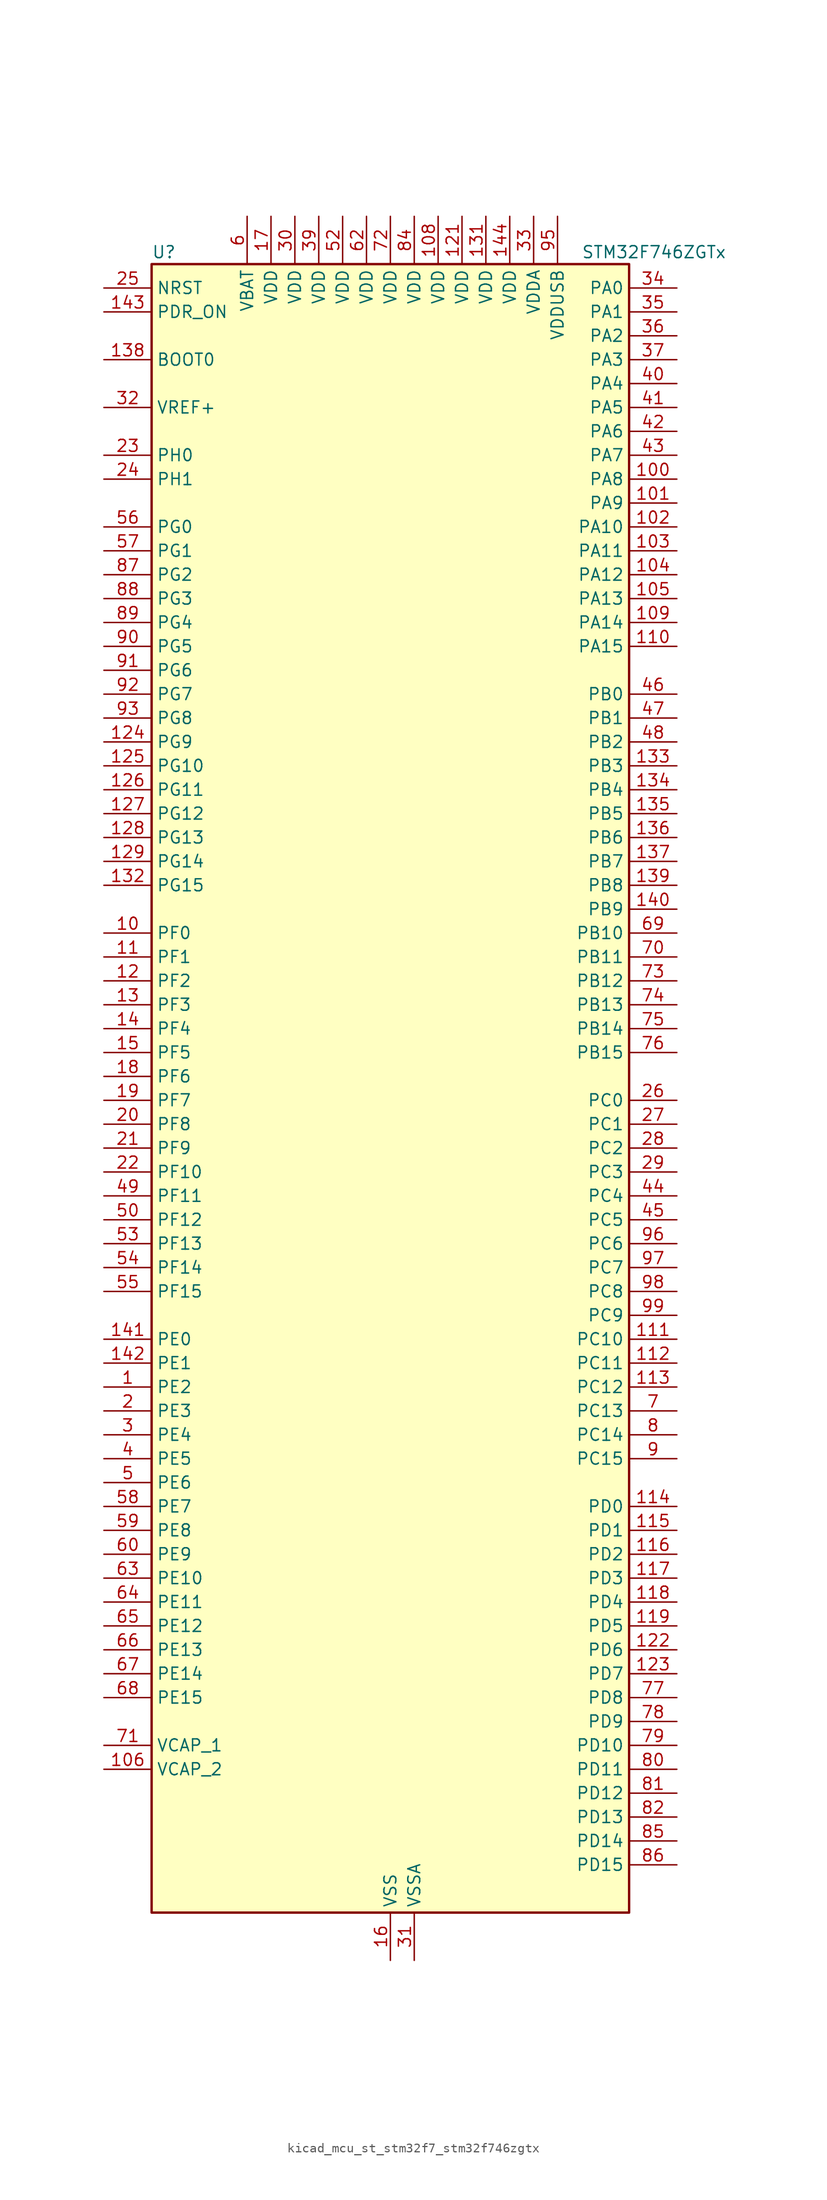
<source format=kicad_sym>
(kicad_symbol_lib
  (version 20220914)
  (generator kicad_symbol_editor)
  (symbol "kicad_mcu_st_stm32f7_stm32f746zgtx"
    (property "Reference" "U"
      (at -25.4 90.17 0)
      (effects (font (size 1.27 1.27)) (justify left)))
    (property "Value" "STM32F746ZGTx"
      (at 20.32 90.17 0)
      (effects (font (size 1.27 1.27)) (justify left)))
    (property "ki_locked" ""
      (at 0 0 0)
      (effects (font (size 1.27 1.27))))
    (symbol "kicad_mcu_st_stm32f7_stm32f746zgtx_0_1"
      (rectangle (start -25.4 -86.36) (end 25.4 88.9) (stroke (width 0.254) (type default)) (fill (type background))))
    (symbol "kicad_mcu_st_stm32f7_stm32f746zgtx_1_1"
      (pin bidirectional line (at -30.48 -30.48 0) (length 5.08) (name "PE2" (effects (font (size 1.27 1.27)))) (number "1" (effects (font (size 1.27 1.27)))) (alternate "ETH_TXD3" bidirectional line) (alternate "FMC_A23" bidirectional line) (alternate "QUADSPI_BK1_IO2" bidirectional line) (alternate "SAI1_MCLK_A" bidirectional line) (alternate "SPI4_SCK" bidirectional line) (alternate "SYS_TRACECLK" bidirectional line))
      (pin bidirectional line (at -30.48 17.78 0) (length 5.08) (name "PF0" (effects (font (size 1.27 1.27)))) (number "10" (effects (font (size 1.27 1.27)))) (alternate "FMC_A0" bidirectional line) (alternate "I2C2_SDA" bidirectional line))
      (pin bidirectional line (at 30.48 66.04 180) (length 5.08) (name "PA8" (effects (font (size 1.27 1.27)))) (number "100" (effects (font (size 1.27 1.27)))) (alternate "I2C3_SCL" bidirectional line) (alternate "LTDC_R6" bidirectional line) (alternate "RCC_MCO_1" bidirectional line) (alternate "TIM1_CH1" bidirectional line) (alternate "TIM8_BKIN2" bidirectional line) (alternate "USART1_CK" bidirectional line) (alternate "USB_OTG_FS_SOF" bidirectional line))
      (pin bidirectional line (at 30.48 63.5 180) (length 5.08) (name "PA9" (effects (font (size 1.27 1.27)))) (number "101" (effects (font (size 1.27 1.27)))) (alternate "DAC_EXTI9" bidirectional line) (alternate "DCMI_D0" bidirectional line) (alternate "I2C3_SMBA" bidirectional line) (alternate "I2S2_CK" bidirectional line) (alternate "SPI2_SCK" bidirectional line) (alternate "TIM1_CH2" bidirectional line) (alternate "USART1_TX" bidirectional line) (alternate "USB_OTG_FS_VBUS" bidirectional line))
      (pin bidirectional line (at 30.48 60.96 180) (length 5.08) (name "PA10" (effects (font (size 1.27 1.27)))) (number "102" (effects (font (size 1.27 1.27)))) (alternate "DCMI_D1" bidirectional line) (alternate "TIM1_CH3" bidirectional line) (alternate "USART1_RX" bidirectional line) (alternate "USB_OTG_FS_ID" bidirectional line))
      (pin bidirectional line (at 30.48 58.42 180) (length 5.08) (name "PA11" (effects (font (size 1.27 1.27)))) (number "103" (effects (font (size 1.27 1.27)))) (alternate "ADC1_EXTI11" bidirectional line) (alternate "ADC2_EXTI11" bidirectional line) (alternate "ADC3_EXTI11" bidirectional line) (alternate "CAN1_RX" bidirectional line) (alternate "LTDC_R4" bidirectional line) (alternate "TIM1_CH4" bidirectional line) (alternate "USART1_CTS" bidirectional line) (alternate "USB_OTG_FS_DM" bidirectional line))
      (pin bidirectional line (at 30.48 55.88 180) (length 5.08) (name "PA12" (effects (font (size 1.27 1.27)))) (number "104" (effects (font (size 1.27 1.27)))) (alternate "CAN1_TX" bidirectional line) (alternate "LTDC_R5" bidirectional line) (alternate "SAI2_FS_B" bidirectional line) (alternate "TIM1_ETR" bidirectional line) (alternate "USART1_DE" bidirectional line) (alternate "USART1_RTS" bidirectional line) (alternate "USB_OTG_FS_DP" bidirectional line))
      (pin bidirectional line (at 30.48 53.34 180) (length 5.08) (name "PA13" (effects (font (size 1.27 1.27)))) (number "105" (effects (font (size 1.27 1.27)))) (alternate "SYS_JTMS-SWDIO" bidirectional line))
      (pin power_out line (at -30.48 -71.12 0) (length 5.08) (name "VCAP_2" (effects (font (size 1.27 1.27)))) (number "106" (effects (font (size 1.27 1.27)))))
      (pin passive line (at 0 -91.44 90) (length 5.08) hide (name "VSS" (effects (font (size 1.27 1.27)))) (number "107" (effects (font (size 1.27 1.27)))))
      (pin power_in line (at 5.08 93.98 270) (length 5.08) (name "VDD" (effects (font (size 1.27 1.27)))) (number "108" (effects (font (size 1.27 1.27)))))
      (pin bidirectional line (at 30.48 50.8 180) (length 5.08) (name "PA14" (effects (font (size 1.27 1.27)))) (number "109" (effects (font (size 1.27 1.27)))) (alternate "SYS_JTCK-SWCLK" bidirectional line))
      (pin bidirectional line (at -30.48 15.24 0) (length 5.08) (name "PF1" (effects (font (size 1.27 1.27)))) (number "11" (effects (font (size 1.27 1.27)))) (alternate "FMC_A1" bidirectional line) (alternate "I2C2_SCL" bidirectional line))
      (pin bidirectional line (at 30.48 48.26 180) (length 5.08) (name "PA15" (effects (font (size 1.27 1.27)))) (number "110" (effects (font (size 1.27 1.27)))) (alternate "CEC" bidirectional line) (alternate "I2S1_WS" bidirectional line) (alternate "I2S3_WS" bidirectional line) (alternate "SPI1_NSS" bidirectional line) (alternate "SPI3_NSS" bidirectional line) (alternate "SYS_JTDI" bidirectional line) (alternate "TIM2_CH1" bidirectional line) (alternate "TIM2_ETR" bidirectional line) (alternate "UART4_DE" bidirectional line) (alternate "UART4_RTS" bidirectional line))
      (pin bidirectional line (at 30.48 -25.4 180) (length 5.08) (name "PC10" (effects (font (size 1.27 1.27)))) (number "111" (effects (font (size 1.27 1.27)))) (alternate "DCMI_D8" bidirectional line) (alternate "I2S3_CK" bidirectional line) (alternate "LTDC_R2" bidirectional line) (alternate "QUADSPI_BK1_IO1" bidirectional line) (alternate "SDMMC1_D2" bidirectional line) (alternate "SPI3_SCK" bidirectional line) (alternate "UART4_TX" bidirectional line) (alternate "USART3_TX" bidirectional line))
      (pin bidirectional line (at 30.48 -27.94 180) (length 5.08) (name "PC11" (effects (font (size 1.27 1.27)))) (number "112" (effects (font (size 1.27 1.27)))) (alternate "ADC1_EXTI11" bidirectional line) (alternate "ADC2_EXTI11" bidirectional line) (alternate "ADC3_EXTI11" bidirectional line) (alternate "DCMI_D4" bidirectional line) (alternate "QUADSPI_BK2_NCS" bidirectional line) (alternate "SDMMC1_D3" bidirectional line) (alternate "SPI3_MISO" bidirectional line) (alternate "UART4_RX" bidirectional line) (alternate "USART3_RX" bidirectional line))
      (pin bidirectional line (at 30.48 -30.48 180) (length 5.08) (name "PC12" (effects (font (size 1.27 1.27)))) (number "113" (effects (font (size 1.27 1.27)))) (alternate "DCMI_D9" bidirectional line) (alternate "I2S3_SD" bidirectional line) (alternate "SDMMC1_CK" bidirectional line) (alternate "SPI3_MOSI" bidirectional line) (alternate "SYS_TRACED3" bidirectional line) (alternate "UART5_TX" bidirectional line) (alternate "USART3_CK" bidirectional line))
      (pin bidirectional line (at 30.48 -43.18 180) (length 5.08) (name "PD0" (effects (font (size 1.27 1.27)))) (number "114" (effects (font (size 1.27 1.27)))) (alternate "CAN1_RX" bidirectional line) (alternate "FMC_D2" bidirectional line) (alternate "FMC_DA2" bidirectional line))
      (pin bidirectional line (at 30.48 -45.72 180) (length 5.08) (name "PD1" (effects (font (size 1.27 1.27)))) (number "115" (effects (font (size 1.27 1.27)))) (alternate "CAN1_TX" bidirectional line) (alternate "FMC_D3" bidirectional line) (alternate "FMC_DA3" bidirectional line))
      (pin bidirectional line (at 30.48 -48.26 180) (length 5.08) (name "PD2" (effects (font (size 1.27 1.27)))) (number "116" (effects (font (size 1.27 1.27)))) (alternate "DCMI_D11" bidirectional line) (alternate "SDMMC1_CMD" bidirectional line) (alternate "SYS_TRACED2" bidirectional line) (alternate "TIM3_ETR" bidirectional line) (alternate "UART5_RX" bidirectional line))
      (pin bidirectional line (at 30.48 -50.8 180) (length 5.08) (name "PD3" (effects (font (size 1.27 1.27)))) (number "117" (effects (font (size 1.27 1.27)))) (alternate "DCMI_D5" bidirectional line) (alternate "FMC_CLK" bidirectional line) (alternate "I2S2_CK" bidirectional line) (alternate "LTDC_G7" bidirectional line) (alternate "SPI2_SCK" bidirectional line) (alternate "USART2_CTS" bidirectional line))
      (pin bidirectional line (at 30.48 -53.34 180) (length 5.08) (name "PD4" (effects (font (size 1.27 1.27)))) (number "118" (effects (font (size 1.27 1.27)))) (alternate "FMC_NOE" bidirectional line) (alternate "USART2_DE" bidirectional line) (alternate "USART2_RTS" bidirectional line))
      (pin bidirectional line (at 30.48 -55.88 180) (length 5.08) (name "PD5" (effects (font (size 1.27 1.27)))) (number "119" (effects (font (size 1.27 1.27)))) (alternate "FMC_NWE" bidirectional line) (alternate "USART2_TX" bidirectional line))
      (pin bidirectional line (at -30.48 12.7 0) (length 5.08) (name "PF2" (effects (font (size 1.27 1.27)))) (number "12" (effects (font (size 1.27 1.27)))) (alternate "FMC_A2" bidirectional line) (alternate "I2C2_SMBA" bidirectional line))
      (pin passive line (at 0 -91.44 90) (length 5.08) hide (name "VSS" (effects (font (size 1.27 1.27)))) (number "120" (effects (font (size 1.27 1.27)))))
      (pin power_in line (at 7.62 93.98 270) (length 5.08) (name "VDD" (effects (font (size 1.27 1.27)))) (number "121" (effects (font (size 1.27 1.27)))))
      (pin bidirectional line (at 30.48 -58.42 180) (length 5.08) (name "PD6" (effects (font (size 1.27 1.27)))) (number "122" (effects (font (size 1.27 1.27)))) (alternate "DCMI_D10" bidirectional line) (alternate "FMC_NWAIT" bidirectional line) (alternate "I2S3_SD" bidirectional line) (alternate "LTDC_B2" bidirectional line) (alternate "SAI1_SD_A" bidirectional line) (alternate "SPI3_MOSI" bidirectional line) (alternate "USART2_RX" bidirectional line))
      (pin bidirectional line (at 30.48 -60.96 180) (length 5.08) (name "PD7" (effects (font (size 1.27 1.27)))) (number "123" (effects (font (size 1.27 1.27)))) (alternate "FMC_NE1" bidirectional line) (alternate "SPDIFRX_IN0" bidirectional line) (alternate "USART2_CK" bidirectional line))
      (pin bidirectional line (at -30.48 38.1 0) (length 5.08) (name "PG9" (effects (font (size 1.27 1.27)))) (number "124" (effects (font (size 1.27 1.27)))) (alternate "DAC_EXTI9" bidirectional line) (alternate "DCMI_VSYNC" bidirectional line) (alternate "FMC_NCE" bidirectional line) (alternate "FMC_NE2" bidirectional line) (alternate "QUADSPI_BK2_IO2" bidirectional line) (alternate "SAI2_FS_B" bidirectional line) (alternate "SPDIFRX_IN3" bidirectional line) (alternate "USART6_RX" bidirectional line))
      (pin bidirectional line (at -30.48 35.56 0) (length 5.08) (name "PG10" (effects (font (size 1.27 1.27)))) (number "125" (effects (font (size 1.27 1.27)))) (alternate "DCMI_D2" bidirectional line) (alternate "FMC_NE3" bidirectional line) (alternate "LTDC_B2" bidirectional line) (alternate "LTDC_G3" bidirectional line) (alternate "SAI2_SD_B" bidirectional line))
      (pin bidirectional line (at -30.48 33.02 0) (length 5.08) (name "PG11" (effects (font (size 1.27 1.27)))) (number "126" (effects (font (size 1.27 1.27)))) (alternate "ADC1_EXTI11" bidirectional line) (alternate "ADC2_EXTI11" bidirectional line) (alternate "ADC3_EXTI11" bidirectional line) (alternate "DCMI_D3" bidirectional line) (alternate "ETH_TX_EN" bidirectional line) (alternate "LTDC_B3" bidirectional line) (alternate "SPDIFRX_IN0" bidirectional line))
      (pin bidirectional line (at -30.48 30.48 0) (length 5.08) (name "PG12" (effects (font (size 1.27 1.27)))) (number "127" (effects (font (size 1.27 1.27)))) (alternate "FMC_NE4" bidirectional line) (alternate "LPTIM1_IN1" bidirectional line) (alternate "LTDC_B1" bidirectional line) (alternate "LTDC_B4" bidirectional line) (alternate "SPDIFRX_IN1" bidirectional line) (alternate "SPI6_MISO" bidirectional line) (alternate "USART6_DE" bidirectional line) (alternate "USART6_RTS" bidirectional line))
      (pin bidirectional line (at -30.48 27.94 0) (length 5.08) (name "PG13" (effects (font (size 1.27 1.27)))) (number "128" (effects (font (size 1.27 1.27)))) (alternate "ETH_TXD0" bidirectional line) (alternate "FMC_A24" bidirectional line) (alternate "LPTIM1_OUT" bidirectional line) (alternate "LTDC_R0" bidirectional line) (alternate "SPI6_SCK" bidirectional line) (alternate "SYS_TRACED0" bidirectional line) (alternate "USART6_CTS" bidirectional line))
      (pin bidirectional line (at -30.48 25.4 0) (length 5.08) (name "PG14" (effects (font (size 1.27 1.27)))) (number "129" (effects (font (size 1.27 1.27)))) (alternate "ETH_TXD1" bidirectional line) (alternate "FMC_A25" bidirectional line) (alternate "LPTIM1_ETR" bidirectional line) (alternate "LTDC_B0" bidirectional line) (alternate "QUADSPI_BK2_IO3" bidirectional line) (alternate "SPI6_MOSI" bidirectional line) (alternate "SYS_TRACED1" bidirectional line) (alternate "USART6_TX" bidirectional line))
      (pin bidirectional line (at -30.48 10.16 0) (length 5.08) (name "PF3" (effects (font (size 1.27 1.27)))) (number "13" (effects (font (size 1.27 1.27)))) (alternate "ADC3_IN9" bidirectional line) (alternate "FMC_A3" bidirectional line))
      (pin passive line (at 0 -91.44 90) (length 5.08) hide (name "VSS" (effects (font (size 1.27 1.27)))) (number "130" (effects (font (size 1.27 1.27)))))
      (pin power_in line (at 10.16 93.98 270) (length 5.08) (name "VDD" (effects (font (size 1.27 1.27)))) (number "131" (effects (font (size 1.27 1.27)))))
      (pin bidirectional line (at -30.48 22.86 0) (length 5.08) (name "PG15" (effects (font (size 1.27 1.27)))) (number "132" (effects (font (size 1.27 1.27)))) (alternate "DCMI_D13" bidirectional line) (alternate "FMC_SDNCAS" bidirectional line) (alternate "USART6_CTS" bidirectional line))
      (pin bidirectional line (at 30.48 35.56 180) (length 5.08) (name "PB3" (effects (font (size 1.27 1.27)))) (number "133" (effects (font (size 1.27 1.27)))) (alternate "I2S1_CK" bidirectional line) (alternate "I2S3_CK" bidirectional line) (alternate "SPI1_SCK" bidirectional line) (alternate "SPI3_SCK" bidirectional line) (alternate "SYS_JTDO-SWO" bidirectional line) (alternate "TIM2_CH2" bidirectional line))
      (pin bidirectional line (at 30.48 33.02 180) (length 5.08) (name "PB4" (effects (font (size 1.27 1.27)))) (number "134" (effects (font (size 1.27 1.27)))) (alternate "I2S2_WS" bidirectional line) (alternate "SPI1_MISO" bidirectional line) (alternate "SPI2_NSS" bidirectional line) (alternate "SPI3_MISO" bidirectional line) (alternate "SYS_JTRST" bidirectional line) (alternate "TIM3_CH1" bidirectional line))
      (pin bidirectional line (at 30.48 30.48 180) (length 5.08) (name "PB5" (effects (font (size 1.27 1.27)))) (number "135" (effects (font (size 1.27 1.27)))) (alternate "CAN2_RX" bidirectional line) (alternate "DCMI_D10" bidirectional line) (alternate "ETH_PPS_OUT" bidirectional line) (alternate "FMC_SDCKE1" bidirectional line) (alternate "I2C1_SMBA" bidirectional line) (alternate "I2S1_SD" bidirectional line) (alternate "I2S3_SD" bidirectional line) (alternate "SPI1_MOSI" bidirectional line) (alternate "SPI3_MOSI" bidirectional line) (alternate "TIM3_CH2" bidirectional line) (alternate "USB_OTG_HS_ULPI_D7" bidirectional line))
      (pin bidirectional line (at 30.48 27.94 180) (length 5.08) (name "PB6" (effects (font (size 1.27 1.27)))) (number "136" (effects (font (size 1.27 1.27)))) (alternate "CAN2_TX" bidirectional line) (alternate "CEC" bidirectional line) (alternate "DCMI_D5" bidirectional line) (alternate "FMC_SDNE1" bidirectional line) (alternate "I2C1_SCL" bidirectional line) (alternate "QUADSPI_BK1_NCS" bidirectional line) (alternate "TIM4_CH1" bidirectional line) (alternate "USART1_TX" bidirectional line))
      (pin bidirectional line (at 30.48 25.4 180) (length 5.08) (name "PB7" (effects (font (size 1.27 1.27)))) (number "137" (effects (font (size 1.27 1.27)))) (alternate "DCMI_VSYNC" bidirectional line) (alternate "FMC_NL" bidirectional line) (alternate "I2C1_SDA" bidirectional line) (alternate "TIM4_CH2" bidirectional line) (alternate "USART1_RX" bidirectional line))
      (pin input line (at -30.48 78.74 0) (length 5.08) (name "BOOT0" (effects (font (size 1.27 1.27)))) (number "138" (effects (font (size 1.27 1.27)))))
      (pin bidirectional line (at 30.48 22.86 180) (length 5.08) (name "PB8" (effects (font (size 1.27 1.27)))) (number "139" (effects (font (size 1.27 1.27)))) (alternate "CAN1_RX" bidirectional line) (alternate "DCMI_D6" bidirectional line) (alternate "ETH_TXD3" bidirectional line) (alternate "I2C1_SCL" bidirectional line) (alternate "LTDC_B6" bidirectional line) (alternate "SDMMC1_D4" bidirectional line) (alternate "TIM10_CH1" bidirectional line) (alternate "TIM4_CH3" bidirectional line))
      (pin bidirectional line (at -30.48 7.62 0) (length 5.08) (name "PF4" (effects (font (size 1.27 1.27)))) (number "14" (effects (font (size 1.27 1.27)))) (alternate "ADC3_IN14" bidirectional line) (alternate "FMC_A4" bidirectional line))
      (pin bidirectional line (at 30.48 20.32 180) (length 5.08) (name "PB9" (effects (font (size 1.27 1.27)))) (number "140" (effects (font (size 1.27 1.27)))) (alternate "CAN1_TX" bidirectional line) (alternate "DAC_EXTI9" bidirectional line) (alternate "DCMI_D7" bidirectional line) (alternate "I2C1_SDA" bidirectional line) (alternate "I2S2_WS" bidirectional line) (alternate "LTDC_B7" bidirectional line) (alternate "SDMMC1_D5" bidirectional line) (alternate "SPI2_NSS" bidirectional line) (alternate "TIM11_CH1" bidirectional line) (alternate "TIM4_CH4" bidirectional line))
      (pin bidirectional line (at -30.48 -25.4 0) (length 5.08) (name "PE0" (effects (font (size 1.27 1.27)))) (number "141" (effects (font (size 1.27 1.27)))) (alternate "DCMI_D2" bidirectional line) (alternate "FMC_NBL0" bidirectional line) (alternate "LPTIM1_ETR" bidirectional line) (alternate "SAI2_MCLK_A" bidirectional line) (alternate "TIM4_ETR" bidirectional line) (alternate "UART8_RX" bidirectional line))
      (pin bidirectional line (at -30.48 -27.94 0) (length 5.08) (name "PE1" (effects (font (size 1.27 1.27)))) (number "142" (effects (font (size 1.27 1.27)))) (alternate "DCMI_D3" bidirectional line) (alternate "FMC_NBL1" bidirectional line) (alternate "LPTIM1_IN2" bidirectional line) (alternate "UART8_TX" bidirectional line))
      (pin input line (at -30.48 83.82 0) (length 5.08) (name "PDR_ON" (effects (font (size 1.27 1.27)))) (number "143" (effects (font (size 1.27 1.27)))))
      (pin power_in line (at 12.7 93.98 270) (length 5.08) (name "VDD" (effects (font (size 1.27 1.27)))) (number "144" (effects (font (size 1.27 1.27)))))
      (pin bidirectional line (at -30.48 5.08 0) (length 5.08) (name "PF5" (effects (font (size 1.27 1.27)))) (number "15" (effects (font (size 1.27 1.27)))) (alternate "ADC3_IN15" bidirectional line) (alternate "FMC_A5" bidirectional line))
      (pin power_in line (at 0 -91.44 90) (length 5.08) (name "VSS" (effects (font (size 1.27 1.27)))) (number "16" (effects (font (size 1.27 1.27)))))
      (pin power_in line (at -12.7 93.98 270) (length 5.08) (name "VDD" (effects (font (size 1.27 1.27)))) (number "17" (effects (font (size 1.27 1.27)))))
      (pin bidirectional line (at -30.48 2.54 0) (length 5.08) (name "PF6" (effects (font (size 1.27 1.27)))) (number "18" (effects (font (size 1.27 1.27)))) (alternate "ADC3_IN4" bidirectional line) (alternate "QUADSPI_BK1_IO3" bidirectional line) (alternate "SAI1_SD_B" bidirectional line) (alternate "SPI5_NSS" bidirectional line) (alternate "TIM10_CH1" bidirectional line) (alternate "UART7_RX" bidirectional line))
      (pin bidirectional line (at -30.48 0 0) (length 5.08) (name "PF7" (effects (font (size 1.27 1.27)))) (number "19" (effects (font (size 1.27 1.27)))) (alternate "ADC3_IN5" bidirectional line) (alternate "QUADSPI_BK1_IO2" bidirectional line) (alternate "SAI1_MCLK_B" bidirectional line) (alternate "SPI5_SCK" bidirectional line) (alternate "TIM11_CH1" bidirectional line) (alternate "UART7_TX" bidirectional line))
      (pin bidirectional line (at -30.48 -33.02 0) (length 5.08) (name "PE3" (effects (font (size 1.27 1.27)))) (number "2" (effects (font (size 1.27 1.27)))) (alternate "FMC_A19" bidirectional line) (alternate "SAI1_SD_B" bidirectional line) (alternate "SYS_TRACED0" bidirectional line))
      (pin bidirectional line (at -30.48 -2.54 0) (length 5.08) (name "PF8" (effects (font (size 1.27 1.27)))) (number "20" (effects (font (size 1.27 1.27)))) (alternate "ADC3_IN6" bidirectional line) (alternate "QUADSPI_BK1_IO0" bidirectional line) (alternate "SAI1_SCK_B" bidirectional line) (alternate "SPI5_MISO" bidirectional line) (alternate "TIM13_CH1" bidirectional line) (alternate "UART7_DE" bidirectional line) (alternate "UART7_RTS" bidirectional line))
      (pin bidirectional line (at -30.48 -5.08 0) (length 5.08) (name "PF9" (effects (font (size 1.27 1.27)))) (number "21" (effects (font (size 1.27 1.27)))) (alternate "ADC3_IN7" bidirectional line) (alternate "DAC_EXTI9" bidirectional line) (alternate "QUADSPI_BK1_IO1" bidirectional line) (alternate "SAI1_FS_B" bidirectional line) (alternate "SPI5_MOSI" bidirectional line) (alternate "TIM14_CH1" bidirectional line) (alternate "UART7_CTS" bidirectional line))
      (pin bidirectional line (at -30.48 -7.62 0) (length 5.08) (name "PF10" (effects (font (size 1.27 1.27)))) (number "22" (effects (font (size 1.27 1.27)))) (alternate "ADC3_IN8" bidirectional line) (alternate "DCMI_D11" bidirectional line) (alternate "LTDC_DE" bidirectional line))
      (pin bidirectional line (at -30.48 68.58 0) (length 5.08) (name "PH0" (effects (font (size 1.27 1.27)))) (number "23" (effects (font (size 1.27 1.27)))) (alternate "RCC_OSC_IN" bidirectional line))
      (pin bidirectional line (at -30.48 66.04 0) (length 5.08) (name "PH1" (effects (font (size 1.27 1.27)))) (number "24" (effects (font (size 1.27 1.27)))) (alternate "RCC_OSC_OUT" bidirectional line))
      (pin input line (at -30.48 86.36 0) (length 5.08) (name "NRST" (effects (font (size 1.27 1.27)))) (number "25" (effects (font (size 1.27 1.27)))))
      (pin bidirectional line (at 30.48 0 180) (length 5.08) (name "PC0" (effects (font (size 1.27 1.27)))) (number "26" (effects (font (size 1.27 1.27)))) (alternate "ADC1_IN10" bidirectional line) (alternate "ADC2_IN10" bidirectional line) (alternate "ADC3_IN10" bidirectional line) (alternate "FMC_SDNWE" bidirectional line) (alternate "LTDC_R5" bidirectional line) (alternate "SAI2_FS_B" bidirectional line) (alternate "USB_OTG_HS_ULPI_STP" bidirectional line))
      (pin bidirectional line (at 30.48 -2.54 180) (length 5.08) (name "PC1" (effects (font (size 1.27 1.27)))) (number "27" (effects (font (size 1.27 1.27)))) (alternate "ADC1_IN11" bidirectional line) (alternate "ADC2_IN11" bidirectional line) (alternate "ADC3_IN11" bidirectional line) (alternate "ETH_MDC" bidirectional line) (alternate "I2S2_SD" bidirectional line) (alternate "RTC_TAMP3" bidirectional line) (alternate "RTC_TS" bidirectional line) (alternate "SAI1_SD_A" bidirectional line) (alternate "SPI2_MOSI" bidirectional line) (alternate "SYS_TRACED0" bidirectional line) (alternate "SYS_WKUP3" bidirectional line))
      (pin bidirectional line (at 30.48 -5.08 180) (length 5.08) (name "PC2" (effects (font (size 1.27 1.27)))) (number "28" (effects (font (size 1.27 1.27)))) (alternate "ADC1_IN12" bidirectional line) (alternate "ADC2_IN12" bidirectional line) (alternate "ADC3_IN12" bidirectional line) (alternate "ETH_TXD2" bidirectional line) (alternate "FMC_SDNE0" bidirectional line) (alternate "SPI2_MISO" bidirectional line) (alternate "USB_OTG_HS_ULPI_DIR" bidirectional line))
      (pin bidirectional line (at 30.48 -7.62 180) (length 5.08) (name "PC3" (effects (font (size 1.27 1.27)))) (number "29" (effects (font (size 1.27 1.27)))) (alternate "ADC1_IN13" bidirectional line) (alternate "ADC2_IN13" bidirectional line) (alternate "ADC3_IN13" bidirectional line) (alternate "ETH_TX_CLK" bidirectional line) (alternate "FMC_SDCKE0" bidirectional line) (alternate "I2S2_SD" bidirectional line) (alternate "SPI2_MOSI" bidirectional line) (alternate "USB_OTG_HS_ULPI_NXT" bidirectional line))
      (pin bidirectional line (at -30.48 -35.56 0) (length 5.08) (name "PE4" (effects (font (size 1.27 1.27)))) (number "3" (effects (font (size 1.27 1.27)))) (alternate "DCMI_D4" bidirectional line) (alternate "FMC_A20" bidirectional line) (alternate "LTDC_B0" bidirectional line) (alternate "SAI1_FS_A" bidirectional line) (alternate "SPI4_NSS" bidirectional line) (alternate "SYS_TRACED1" bidirectional line))
      (pin power_in line (at -10.16 93.98 270) (length 5.08) (name "VDD" (effects (font (size 1.27 1.27)))) (number "30" (effects (font (size 1.27 1.27)))))
      (pin power_in line (at 2.54 -91.44 90) (length 5.08) (name "VSSA" (effects (font (size 1.27 1.27)))) (number "31" (effects (font (size 1.27 1.27)))))
      (pin input line (at -30.48 73.66 0) (length 5.08) (name "VREF+" (effects (font (size 1.27 1.27)))) (number "32" (effects (font (size 1.27 1.27)))))
      (pin power_in line (at 15.24 93.98 270) (length 5.08) (name "VDDA" (effects (font (size 1.27 1.27)))) (number "33" (effects (font (size 1.27 1.27)))))
      (pin bidirectional line (at 30.48 86.36 180) (length 5.08) (name "PA0" (effects (font (size 1.27 1.27)))) (number "34" (effects (font (size 1.27 1.27)))) (alternate "ADC1_IN0" bidirectional line) (alternate "ADC2_IN0" bidirectional line) (alternate "ADC3_IN0" bidirectional line) (alternate "ETH_CRS" bidirectional line) (alternate "SAI2_SD_B" bidirectional line) (alternate "SYS_WKUP1" bidirectional line) (alternate "TIM2_CH1" bidirectional line) (alternate "TIM2_ETR" bidirectional line) (alternate "TIM5_CH1" bidirectional line) (alternate "TIM8_ETR" bidirectional line) (alternate "UART4_TX" bidirectional line) (alternate "USART2_CTS" bidirectional line))
      (pin bidirectional line (at 30.48 83.82 180) (length 5.08) (name "PA1" (effects (font (size 1.27 1.27)))) (number "35" (effects (font (size 1.27 1.27)))) (alternate "ADC1_IN1" bidirectional line) (alternate "ADC2_IN1" bidirectional line) (alternate "ADC3_IN1" bidirectional line) (alternate "ETH_REF_CLK" bidirectional line) (alternate "ETH_RX_CLK" bidirectional line) (alternate "LTDC_R2" bidirectional line) (alternate "QUADSPI_BK1_IO3" bidirectional line) (alternate "SAI2_MCLK_B" bidirectional line) (alternate "TIM2_CH2" bidirectional line) (alternate "TIM5_CH2" bidirectional line) (alternate "UART4_RX" bidirectional line) (alternate "USART2_DE" bidirectional line) (alternate "USART2_RTS" bidirectional line))
      (pin bidirectional line (at 30.48 81.28 180) (length 5.08) (name "PA2" (effects (font (size 1.27 1.27)))) (number "36" (effects (font (size 1.27 1.27)))) (alternate "ADC1_IN2" bidirectional line) (alternate "ADC2_IN2" bidirectional line) (alternate "ADC3_IN2" bidirectional line) (alternate "ETH_MDIO" bidirectional line) (alternate "LTDC_R1" bidirectional line) (alternate "SAI2_SCK_B" bidirectional line) (alternate "SYS_WKUP2" bidirectional line) (alternate "TIM2_CH3" bidirectional line) (alternate "TIM5_CH3" bidirectional line) (alternate "TIM9_CH1" bidirectional line) (alternate "USART2_TX" bidirectional line))
      (pin bidirectional line (at 30.48 78.74 180) (length 5.08) (name "PA3" (effects (font (size 1.27 1.27)))) (number "37" (effects (font (size 1.27 1.27)))) (alternate "ADC1_IN3" bidirectional line) (alternate "ADC2_IN3" bidirectional line) (alternate "ADC3_IN3" bidirectional line) (alternate "ETH_COL" bidirectional line) (alternate "LTDC_B5" bidirectional line) (alternate "TIM2_CH4" bidirectional line) (alternate "TIM5_CH4" bidirectional line) (alternate "TIM9_CH2" bidirectional line) (alternate "USART2_RX" bidirectional line) (alternate "USB_OTG_HS_ULPI_D0" bidirectional line))
      (pin passive line (at 0 -91.44 90) (length 5.08) hide (name "VSS" (effects (font (size 1.27 1.27)))) (number "38" (effects (font (size 1.27 1.27)))))
      (pin power_in line (at -7.62 93.98 270) (length 5.08) (name "VDD" (effects (font (size 1.27 1.27)))) (number "39" (effects (font (size 1.27 1.27)))))
      (pin bidirectional line (at -30.48 -38.1 0) (length 5.08) (name "PE5" (effects (font (size 1.27 1.27)))) (number "4" (effects (font (size 1.27 1.27)))) (alternate "DCMI_D6" bidirectional line) (alternate "FMC_A21" bidirectional line) (alternate "LTDC_G0" bidirectional line) (alternate "SAI1_SCK_A" bidirectional line) (alternate "SPI4_MISO" bidirectional line) (alternate "SYS_TRACED2" bidirectional line) (alternate "TIM9_CH1" bidirectional line))
      (pin bidirectional line (at 30.48 76.2 180) (length 5.08) (name "PA4" (effects (font (size 1.27 1.27)))) (number "40" (effects (font (size 1.27 1.27)))) (alternate "ADC1_IN4" bidirectional line) (alternate "ADC2_IN4" bidirectional line) (alternate "DAC_OUT1" bidirectional line) (alternate "DCMI_HSYNC" bidirectional line) (alternate "I2S1_WS" bidirectional line) (alternate "I2S3_WS" bidirectional line) (alternate "LTDC_VSYNC" bidirectional line) (alternate "SPI1_NSS" bidirectional line) (alternate "SPI3_NSS" bidirectional line) (alternate "USART2_CK" bidirectional line) (alternate "USB_OTG_HS_SOF" bidirectional line))
      (pin bidirectional line (at 30.48 73.66 180) (length 5.08) (name "PA5" (effects (font (size 1.27 1.27)))) (number "41" (effects (font (size 1.27 1.27)))) (alternate "ADC1_IN5" bidirectional line) (alternate "ADC2_IN5" bidirectional line) (alternate "DAC_OUT2" bidirectional line) (alternate "I2S1_CK" bidirectional line) (alternate "LTDC_R4" bidirectional line) (alternate "SPI1_SCK" bidirectional line) (alternate "TIM2_CH1" bidirectional line) (alternate "TIM2_ETR" bidirectional line) (alternate "TIM8_CH1N" bidirectional line) (alternate "USB_OTG_HS_ULPI_CK" bidirectional line))
      (pin bidirectional line (at 30.48 71.12 180) (length 5.08) (name "PA6" (effects (font (size 1.27 1.27)))) (number "42" (effects (font (size 1.27 1.27)))) (alternate "ADC1_IN6" bidirectional line) (alternate "ADC2_IN6" bidirectional line) (alternate "DCMI_PIXCLK" bidirectional line) (alternate "LTDC_G2" bidirectional line) (alternate "SPI1_MISO" bidirectional line) (alternate "TIM13_CH1" bidirectional line) (alternate "TIM1_BKIN" bidirectional line) (alternate "TIM3_CH1" bidirectional line) (alternate "TIM8_BKIN" bidirectional line))
      (pin bidirectional line (at 30.48 68.58 180) (length 5.08) (name "PA7" (effects (font (size 1.27 1.27)))) (number "43" (effects (font (size 1.27 1.27)))) (alternate "ADC1_IN7" bidirectional line) (alternate "ADC2_IN7" bidirectional line) (alternate "ETH_CRS_DV" bidirectional line) (alternate "ETH_RX_DV" bidirectional line) (alternate "FMC_SDNWE" bidirectional line) (alternate "I2S1_SD" bidirectional line) (alternate "SPI1_MOSI" bidirectional line) (alternate "TIM14_CH1" bidirectional line) (alternate "TIM1_CH1N" bidirectional line) (alternate "TIM3_CH2" bidirectional line) (alternate "TIM8_CH1N" bidirectional line))
      (pin bidirectional line (at 30.48 -10.16 180) (length 5.08) (name "PC4" (effects (font (size 1.27 1.27)))) (number "44" (effects (font (size 1.27 1.27)))) (alternate "ADC1_IN14" bidirectional line) (alternate "ADC2_IN14" bidirectional line) (alternate "ETH_RXD0" bidirectional line) (alternate "FMC_SDNE0" bidirectional line) (alternate "I2S1_MCK" bidirectional line) (alternate "SPDIFRX_IN2" bidirectional line))
      (pin bidirectional line (at 30.48 -12.7 180) (length 5.08) (name "PC5" (effects (font (size 1.27 1.27)))) (number "45" (effects (font (size 1.27 1.27)))) (alternate "ADC1_IN15" bidirectional line) (alternate "ADC2_IN15" bidirectional line) (alternate "ETH_RXD1" bidirectional line) (alternate "FMC_SDCKE0" bidirectional line) (alternate "SPDIFRX_IN3" bidirectional line))
      (pin bidirectional line (at 30.48 43.18 180) (length 5.08) (name "PB0" (effects (font (size 1.27 1.27)))) (number "46" (effects (font (size 1.27 1.27)))) (alternate "ADC1_IN8" bidirectional line) (alternate "ADC2_IN8" bidirectional line) (alternate "ETH_RXD2" bidirectional line) (alternate "LTDC_R3" bidirectional line) (alternate "TIM1_CH2N" bidirectional line) (alternate "TIM3_CH3" bidirectional line) (alternate "TIM8_CH2N" bidirectional line) (alternate "UART4_CTS" bidirectional line) (alternate "USB_OTG_HS_ULPI_D1" bidirectional line))
      (pin bidirectional line (at 30.48 40.64 180) (length 5.08) (name "PB1" (effects (font (size 1.27 1.27)))) (number "47" (effects (font (size 1.27 1.27)))) (alternate "ADC1_IN9" bidirectional line) (alternate "ADC2_IN9" bidirectional line) (alternate "ETH_RXD3" bidirectional line) (alternate "LTDC_R6" bidirectional line) (alternate "TIM1_CH3N" bidirectional line) (alternate "TIM3_CH4" bidirectional line) (alternate "TIM8_CH3N" bidirectional line) (alternate "USB_OTG_HS_ULPI_D2" bidirectional line))
      (pin bidirectional line (at 30.48 38.1 180) (length 5.08) (name "PB2" (effects (font (size 1.27 1.27)))) (number "48" (effects (font (size 1.27 1.27)))) (alternate "I2S3_SD" bidirectional line) (alternate "QUADSPI_CLK" bidirectional line) (alternate "SAI1_SD_A" bidirectional line) (alternate "SPI3_MOSI" bidirectional line))
      (pin bidirectional line (at -30.48 -10.16 0) (length 5.08) (name "PF11" (effects (font (size 1.27 1.27)))) (number "49" (effects (font (size 1.27 1.27)))) (alternate "ADC1_EXTI11" bidirectional line) (alternate "ADC2_EXTI11" bidirectional line) (alternate "ADC3_EXTI11" bidirectional line) (alternate "DCMI_D12" bidirectional line) (alternate "FMC_SDNRAS" bidirectional line) (alternate "SAI2_SD_B" bidirectional line) (alternate "SPI5_MOSI" bidirectional line))
      (pin bidirectional line (at -30.48 -40.64 0) (length 5.08) (name "PE6" (effects (font (size 1.27 1.27)))) (number "5" (effects (font (size 1.27 1.27)))) (alternate "DCMI_D7" bidirectional line) (alternate "FMC_A22" bidirectional line) (alternate "LTDC_G1" bidirectional line) (alternate "SAI1_SD_A" bidirectional line) (alternate "SAI2_MCLK_B" bidirectional line) (alternate "SPI4_MOSI" bidirectional line) (alternate "SYS_TRACED3" bidirectional line) (alternate "TIM1_BKIN2" bidirectional line) (alternate "TIM9_CH2" bidirectional line))
      (pin bidirectional line (at -30.48 -12.7 0) (length 5.08) (name "PF12" (effects (font (size 1.27 1.27)))) (number "50" (effects (font (size 1.27 1.27)))) (alternate "FMC_A6" bidirectional line))
      (pin passive line (at 0 -91.44 90) (length 5.08) hide (name "VSS" (effects (font (size 1.27 1.27)))) (number "51" (effects (font (size 1.27 1.27)))))
      (pin power_in line (at -5.08 93.98 270) (length 5.08) (name "VDD" (effects (font (size 1.27 1.27)))) (number "52" (effects (font (size 1.27 1.27)))))
      (pin bidirectional line (at -30.48 -15.24 0) (length 5.08) (name "PF13" (effects (font (size 1.27 1.27)))) (number "53" (effects (font (size 1.27 1.27)))) (alternate "FMC_A7" bidirectional line) (alternate "I2C4_SMBA" bidirectional line))
      (pin bidirectional line (at -30.48 -17.78 0) (length 5.08) (name "PF14" (effects (font (size 1.27 1.27)))) (number "54" (effects (font (size 1.27 1.27)))) (alternate "FMC_A8" bidirectional line) (alternate "I2C4_SCL" bidirectional line))
      (pin bidirectional line (at -30.48 -20.32 0) (length 5.08) (name "PF15" (effects (font (size 1.27 1.27)))) (number "55" (effects (font (size 1.27 1.27)))) (alternate "FMC_A9" bidirectional line) (alternate "I2C4_SDA" bidirectional line))
      (pin bidirectional line (at -30.48 60.96 0) (length 5.08) (name "PG0" (effects (font (size 1.27 1.27)))) (number "56" (effects (font (size 1.27 1.27)))) (alternate "FMC_A10" bidirectional line))
      (pin bidirectional line (at -30.48 58.42 0) (length 5.08) (name "PG1" (effects (font (size 1.27 1.27)))) (number "57" (effects (font (size 1.27 1.27)))) (alternate "FMC_A11" bidirectional line))
      (pin bidirectional line (at -30.48 -43.18 0) (length 5.08) (name "PE7" (effects (font (size 1.27 1.27)))) (number "58" (effects (font (size 1.27 1.27)))) (alternate "FMC_D4" bidirectional line) (alternate "FMC_DA4" bidirectional line) (alternate "QUADSPI_BK2_IO0" bidirectional line) (alternate "TIM1_ETR" bidirectional line) (alternate "UART7_RX" bidirectional line))
      (pin bidirectional line (at -30.48 -45.72 0) (length 5.08) (name "PE8" (effects (font (size 1.27 1.27)))) (number "59" (effects (font (size 1.27 1.27)))) (alternate "FMC_D5" bidirectional line) (alternate "FMC_DA5" bidirectional line) (alternate "QUADSPI_BK2_IO1" bidirectional line) (alternate "TIM1_CH1N" bidirectional line) (alternate "UART7_TX" bidirectional line))
      (pin power_in line (at -15.24 93.98 270) (length 5.08) (name "VBAT" (effects (font (size 1.27 1.27)))) (number "6" (effects (font (size 1.27 1.27)))))
      (pin bidirectional line (at -30.48 -48.26 0) (length 5.08) (name "PE9" (effects (font (size 1.27 1.27)))) (number "60" (effects (font (size 1.27 1.27)))) (alternate "DAC_EXTI9" bidirectional line) (alternate "FMC_D6" bidirectional line) (alternate "FMC_DA6" bidirectional line) (alternate "QUADSPI_BK2_IO2" bidirectional line) (alternate "TIM1_CH1" bidirectional line) (alternate "UART7_DE" bidirectional line) (alternate "UART7_RTS" bidirectional line))
      (pin passive line (at 0 -91.44 90) (length 5.08) hide (name "VSS" (effects (font (size 1.27 1.27)))) (number "61" (effects (font (size 1.27 1.27)))))
      (pin power_in line (at -2.54 93.98 270) (length 5.08) (name "VDD" (effects (font (size 1.27 1.27)))) (number "62" (effects (font (size 1.27 1.27)))))
      (pin bidirectional line (at -30.48 -50.8 0) (length 5.08) (name "PE10" (effects (font (size 1.27 1.27)))) (number "63" (effects (font (size 1.27 1.27)))) (alternate "FMC_D7" bidirectional line) (alternate "FMC_DA7" bidirectional line) (alternate "QUADSPI_BK2_IO3" bidirectional line) (alternate "TIM1_CH2N" bidirectional line) (alternate "UART7_CTS" bidirectional line))
      (pin bidirectional line (at -30.48 -53.34 0) (length 5.08) (name "PE11" (effects (font (size 1.27 1.27)))) (number "64" (effects (font (size 1.27 1.27)))) (alternate "ADC1_EXTI11" bidirectional line) (alternate "ADC2_EXTI11" bidirectional line) (alternate "ADC3_EXTI11" bidirectional line) (alternate "FMC_D8" bidirectional line) (alternate "FMC_DA8" bidirectional line) (alternate "LTDC_G3" bidirectional line) (alternate "SAI2_SD_B" bidirectional line) (alternate "SPI4_NSS" bidirectional line) (alternate "TIM1_CH2" bidirectional line))
      (pin bidirectional line (at -30.48 -55.88 0) (length 5.08) (name "PE12" (effects (font (size 1.27 1.27)))) (number "65" (effects (font (size 1.27 1.27)))) (alternate "FMC_D9" bidirectional line) (alternate "FMC_DA9" bidirectional line) (alternate "LTDC_B4" bidirectional line) (alternate "SAI2_SCK_B" bidirectional line) (alternate "SPI4_SCK" bidirectional line) (alternate "TIM1_CH3N" bidirectional line))
      (pin bidirectional line (at -30.48 -58.42 0) (length 5.08) (name "PE13" (effects (font (size 1.27 1.27)))) (number "66" (effects (font (size 1.27 1.27)))) (alternate "FMC_D10" bidirectional line) (alternate "FMC_DA10" bidirectional line) (alternate "LTDC_DE" bidirectional line) (alternate "SAI2_FS_B" bidirectional line) (alternate "SPI4_MISO" bidirectional line) (alternate "TIM1_CH3" bidirectional line))
      (pin bidirectional line (at -30.48 -60.96 0) (length 5.08) (name "PE14" (effects (font (size 1.27 1.27)))) (number "67" (effects (font (size 1.27 1.27)))) (alternate "FMC_D11" bidirectional line) (alternate "FMC_DA11" bidirectional line) (alternate "LTDC_CLK" bidirectional line) (alternate "SAI2_MCLK_B" bidirectional line) (alternate "SPI4_MOSI" bidirectional line) (alternate "TIM1_CH4" bidirectional line))
      (pin bidirectional line (at -30.48 -63.5 0) (length 5.08) (name "PE15" (effects (font (size 1.27 1.27)))) (number "68" (effects (font (size 1.27 1.27)))) (alternate "FMC_D12" bidirectional line) (alternate "FMC_DA12" bidirectional line) (alternate "LTDC_R7" bidirectional line) (alternate "TIM1_BKIN" bidirectional line))
      (pin bidirectional line (at 30.48 17.78 180) (length 5.08) (name "PB10" (effects (font (size 1.27 1.27)))) (number "69" (effects (font (size 1.27 1.27)))) (alternate "ETH_RX_ER" bidirectional line) (alternate "I2C2_SCL" bidirectional line) (alternate "I2S2_CK" bidirectional line) (alternate "LTDC_G4" bidirectional line) (alternate "SPI2_SCK" bidirectional line) (alternate "TIM2_CH3" bidirectional line) (alternate "USART3_TX" bidirectional line) (alternate "USB_OTG_HS_ULPI_D3" bidirectional line))
      (pin bidirectional line (at 30.48 -33.02 180) (length 5.08) (name "PC13" (effects (font (size 1.27 1.27)))) (number "7" (effects (font (size 1.27 1.27)))) (alternate "RTC_OUT" bidirectional line) (alternate "RTC_TAMP1" bidirectional line) (alternate "RTC_TS" bidirectional line) (alternate "SYS_WKUP4" bidirectional line))
      (pin bidirectional line (at 30.48 15.24 180) (length 5.08) (name "PB11" (effects (font (size 1.27 1.27)))) (number "70" (effects (font (size 1.27 1.27)))) (alternate "ADC1_EXTI11" bidirectional line) (alternate "ADC2_EXTI11" bidirectional line) (alternate "ADC3_EXTI11" bidirectional line) (alternate "ETH_TX_EN" bidirectional line) (alternate "I2C2_SDA" bidirectional line) (alternate "LTDC_G5" bidirectional line) (alternate "TIM2_CH4" bidirectional line) (alternate "USART3_RX" bidirectional line) (alternate "USB_OTG_HS_ULPI_D4" bidirectional line))
      (pin power_out line (at -30.48 -68.58 0) (length 5.08) (name "VCAP_1" (effects (font (size 1.27 1.27)))) (number "71" (effects (font (size 1.27 1.27)))))
      (pin power_in line (at 0 93.98 270) (length 5.08) (name "VDD" (effects (font (size 1.27 1.27)))) (number "72" (effects (font (size 1.27 1.27)))))
      (pin bidirectional line (at 30.48 12.7 180) (length 5.08) (name "PB12" (effects (font (size 1.27 1.27)))) (number "73" (effects (font (size 1.27 1.27)))) (alternate "CAN2_RX" bidirectional line) (alternate "ETH_TXD0" bidirectional line) (alternate "I2C2_SMBA" bidirectional line) (alternate "I2S2_WS" bidirectional line) (alternate "SPI2_NSS" bidirectional line) (alternate "TIM1_BKIN" bidirectional line) (alternate "USART3_CK" bidirectional line) (alternate "USB_OTG_HS_ID" bidirectional line) (alternate "USB_OTG_HS_ULPI_D5" bidirectional line))
      (pin bidirectional line (at 30.48 10.16 180) (length 5.08) (name "PB13" (effects (font (size 1.27 1.27)))) (number "74" (effects (font (size 1.27 1.27)))) (alternate "CAN2_TX" bidirectional line) (alternate "ETH_TXD1" bidirectional line) (alternate "I2S2_CK" bidirectional line) (alternate "SPI2_SCK" bidirectional line) (alternate "TIM1_CH1N" bidirectional line) (alternate "USART3_CTS" bidirectional line) (alternate "USB_OTG_HS_ULPI_D6" bidirectional line) (alternate "USB_OTG_HS_VBUS" bidirectional line))
      (pin bidirectional line (at 30.48 7.62 180) (length 5.08) (name "PB14" (effects (font (size 1.27 1.27)))) (number "75" (effects (font (size 1.27 1.27)))) (alternate "SPI2_MISO" bidirectional line) (alternate "TIM12_CH1" bidirectional line) (alternate "TIM1_CH2N" bidirectional line) (alternate "TIM8_CH2N" bidirectional line) (alternate "USART3_DE" bidirectional line) (alternate "USART3_RTS" bidirectional line) (alternate "USB_OTG_HS_DM" bidirectional line))
      (pin bidirectional line (at 30.48 5.08 180) (length 5.08) (name "PB15" (effects (font (size 1.27 1.27)))) (number "76" (effects (font (size 1.27 1.27)))) (alternate "I2S2_SD" bidirectional line) (alternate "RTC_REFIN" bidirectional line) (alternate "SPI2_MOSI" bidirectional line) (alternate "TIM12_CH2" bidirectional line) (alternate "TIM1_CH3N" bidirectional line) (alternate "TIM8_CH3N" bidirectional line) (alternate "USB_OTG_HS_DP" bidirectional line))
      (pin bidirectional line (at 30.48 -63.5 180) (length 5.08) (name "PD8" (effects (font (size 1.27 1.27)))) (number "77" (effects (font (size 1.27 1.27)))) (alternate "FMC_D13" bidirectional line) (alternate "FMC_DA13" bidirectional line) (alternate "SPDIFRX_IN1" bidirectional line) (alternate "USART3_TX" bidirectional line))
      (pin bidirectional line (at 30.48 -66.04 180) (length 5.08) (name "PD9" (effects (font (size 1.27 1.27)))) (number "78" (effects (font (size 1.27 1.27)))) (alternate "DAC_EXTI9" bidirectional line) (alternate "FMC_D14" bidirectional line) (alternate "FMC_DA14" bidirectional line) (alternate "USART3_RX" bidirectional line))
      (pin bidirectional line (at 30.48 -68.58 180) (length 5.08) (name "PD10" (effects (font (size 1.27 1.27)))) (number "79" (effects (font (size 1.27 1.27)))) (alternate "FMC_D15" bidirectional line) (alternate "FMC_DA15" bidirectional line) (alternate "LTDC_B3" bidirectional line) (alternate "USART3_CK" bidirectional line))
      (pin bidirectional line (at 30.48 -35.56 180) (length 5.08) (name "PC14" (effects (font (size 1.27 1.27)))) (number "8" (effects (font (size 1.27 1.27)))) (alternate "RCC_OSC32_IN" bidirectional line))
      (pin bidirectional line (at 30.48 -71.12 180) (length 5.08) (name "PD11" (effects (font (size 1.27 1.27)))) (number "80" (effects (font (size 1.27 1.27)))) (alternate "ADC1_EXTI11" bidirectional line) (alternate "ADC2_EXTI11" bidirectional line) (alternate "ADC3_EXTI11" bidirectional line) (alternate "FMC_A16" bidirectional line) (alternate "FMC_CLE" bidirectional line) (alternate "I2C4_SMBA" bidirectional line) (alternate "QUADSPI_BK1_IO0" bidirectional line) (alternate "SAI2_SD_A" bidirectional line) (alternate "USART3_CTS" bidirectional line))
      (pin bidirectional line (at 30.48 -73.66 180) (length 5.08) (name "PD12" (effects (font (size 1.27 1.27)))) (number "81" (effects (font (size 1.27 1.27)))) (alternate "FMC_A17" bidirectional line) (alternate "FMC_ALE" bidirectional line) (alternate "I2C4_SCL" bidirectional line) (alternate "LPTIM1_IN1" bidirectional line) (alternate "QUADSPI_BK1_IO1" bidirectional line) (alternate "SAI2_FS_A" bidirectional line) (alternate "TIM4_CH1" bidirectional line) (alternate "USART3_DE" bidirectional line) (alternate "USART3_RTS" bidirectional line))
      (pin bidirectional line (at 30.48 -76.2 180) (length 5.08) (name "PD13" (effects (font (size 1.27 1.27)))) (number "82" (effects (font (size 1.27 1.27)))) (alternate "FMC_A18" bidirectional line) (alternate "I2C4_SDA" bidirectional line) (alternate "LPTIM1_OUT" bidirectional line) (alternate "QUADSPI_BK1_IO3" bidirectional line) (alternate "SAI2_SCK_A" bidirectional line) (alternate "TIM4_CH2" bidirectional line))
      (pin passive line (at 0 -91.44 90) (length 5.08) hide (name "VSS" (effects (font (size 1.27 1.27)))) (number "83" (effects (font (size 1.27 1.27)))))
      (pin power_in line (at 2.54 93.98 270) (length 5.08) (name "VDD" (effects (font (size 1.27 1.27)))) (number "84" (effects (font (size 1.27 1.27)))))
      (pin bidirectional line (at 30.48 -78.74 180) (length 5.08) (name "PD14" (effects (font (size 1.27 1.27)))) (number "85" (effects (font (size 1.27 1.27)))) (alternate "FMC_D0" bidirectional line) (alternate "FMC_DA0" bidirectional line) (alternate "TIM4_CH3" bidirectional line) (alternate "UART8_CTS" bidirectional line))
      (pin bidirectional line (at 30.48 -81.28 180) (length 5.08) (name "PD15" (effects (font (size 1.27 1.27)))) (number "86" (effects (font (size 1.27 1.27)))) (alternate "FMC_D1" bidirectional line) (alternate "FMC_DA1" bidirectional line) (alternate "TIM4_CH4" bidirectional line) (alternate "UART8_DE" bidirectional line) (alternate "UART8_RTS" bidirectional line))
      (pin bidirectional line (at -30.48 55.88 0) (length 5.08) (name "PG2" (effects (font (size 1.27 1.27)))) (number "87" (effects (font (size 1.27 1.27)))) (alternate "FMC_A12" bidirectional line))
      (pin bidirectional line (at -30.48 53.34 0) (length 5.08) (name "PG3" (effects (font (size 1.27 1.27)))) (number "88" (effects (font (size 1.27 1.27)))) (alternate "FMC_A13" bidirectional line))
      (pin bidirectional line (at -30.48 50.8 0) (length 5.08) (name "PG4" (effects (font (size 1.27 1.27)))) (number "89" (effects (font (size 1.27 1.27)))) (alternate "FMC_A14" bidirectional line) (alternate "FMC_BA0" bidirectional line))
      (pin bidirectional line (at 30.48 -38.1 180) (length 5.08) (name "PC15" (effects (font (size 1.27 1.27)))) (number "9" (effects (font (size 1.27 1.27)))) (alternate "RCC_OSC32_OUT" bidirectional line))
      (pin bidirectional line (at -30.48 48.26 0) (length 5.08) (name "PG5" (effects (font (size 1.27 1.27)))) (number "90" (effects (font (size 1.27 1.27)))) (alternate "FMC_A15" bidirectional line) (alternate "FMC_BA1" bidirectional line))
      (pin bidirectional line (at -30.48 45.72 0) (length 5.08) (name "PG6" (effects (font (size 1.27 1.27)))) (number "91" (effects (font (size 1.27 1.27)))) (alternate "DCMI_D12" bidirectional line) (alternate "LTDC_R7" bidirectional line))
      (pin bidirectional line (at -30.48 43.18 0) (length 5.08) (name "PG7" (effects (font (size 1.27 1.27)))) (number "92" (effects (font (size 1.27 1.27)))) (alternate "DCMI_D13" bidirectional line) (alternate "FMC_INT" bidirectional line) (alternate "LTDC_CLK" bidirectional line) (alternate "USART6_CK" bidirectional line))
      (pin bidirectional line (at -30.48 40.64 0) (length 5.08) (name "PG8" (effects (font (size 1.27 1.27)))) (number "93" (effects (font (size 1.27 1.27)))) (alternate "ETH_PPS_OUT" bidirectional line) (alternate "FMC_SDCLK" bidirectional line) (alternate "SPDIFRX_IN2" bidirectional line) (alternate "SPI6_NSS" bidirectional line) (alternate "USART6_DE" bidirectional line) (alternate "USART6_RTS" bidirectional line))
      (pin passive line (at 0 -91.44 90) (length 5.08) hide (name "VSS" (effects (font (size 1.27 1.27)))) (number "94" (effects (font (size 1.27 1.27)))))
      (pin power_in line (at 17.78 93.98 270) (length 5.08) (name "VDDUSB" (effects (font (size 1.27 1.27)))) (number "95" (effects (font (size 1.27 1.27)))))
      (pin bidirectional line (at 30.48 -15.24 180) (length 5.08) (name "PC6" (effects (font (size 1.27 1.27)))) (number "96" (effects (font (size 1.27 1.27)))) (alternate "DCMI_D0" bidirectional line) (alternate "I2S2_MCK" bidirectional line) (alternate "LTDC_HSYNC" bidirectional line) (alternate "SDMMC1_D6" bidirectional line) (alternate "TIM3_CH1" bidirectional line) (alternate "TIM8_CH1" bidirectional line) (alternate "USART6_TX" bidirectional line))
      (pin bidirectional line (at 30.48 -17.78 180) (length 5.08) (name "PC7" (effects (font (size 1.27 1.27)))) (number "97" (effects (font (size 1.27 1.27)))) (alternate "DCMI_D1" bidirectional line) (alternate "I2S3_MCK" bidirectional line) (alternate "LTDC_G6" bidirectional line) (alternate "SDMMC1_D7" bidirectional line) (alternate "TIM3_CH2" bidirectional line) (alternate "TIM8_CH2" bidirectional line) (alternate "USART6_RX" bidirectional line))
      (pin bidirectional line (at 30.48 -20.32 180) (length 5.08) (name "PC8" (effects (font (size 1.27 1.27)))) (number "98" (effects (font (size 1.27 1.27)))) (alternate "DCMI_D2" bidirectional line) (alternate "SDMMC1_D0" bidirectional line) (alternate "SYS_TRACED1" bidirectional line) (alternate "TIM3_CH3" bidirectional line) (alternate "TIM8_CH3" bidirectional line) (alternate "UART5_DE" bidirectional line) (alternate "UART5_RTS" bidirectional line) (alternate "USART6_CK" bidirectional line))
      (pin bidirectional line (at 30.48 -22.86 180) (length 5.08) (name "PC9" (effects (font (size 1.27 1.27)))) (number "99" (effects (font (size 1.27 1.27)))) (alternate "DAC_EXTI9" bidirectional line) (alternate "DCMI_D3" bidirectional line) (alternate "I2C3_SDA" bidirectional line) (alternate "I2S_CKIN" bidirectional line) (alternate "QUADSPI_BK1_IO0" bidirectional line) (alternate "RCC_MCO_2" bidirectional line) (alternate "SDMMC1_D1" bidirectional line) (alternate "TIM3_CH4" bidirectional line) (alternate "TIM8_CH4" bidirectional line) (alternate "UART5_CTS" bidirectional line)))))
</source>
